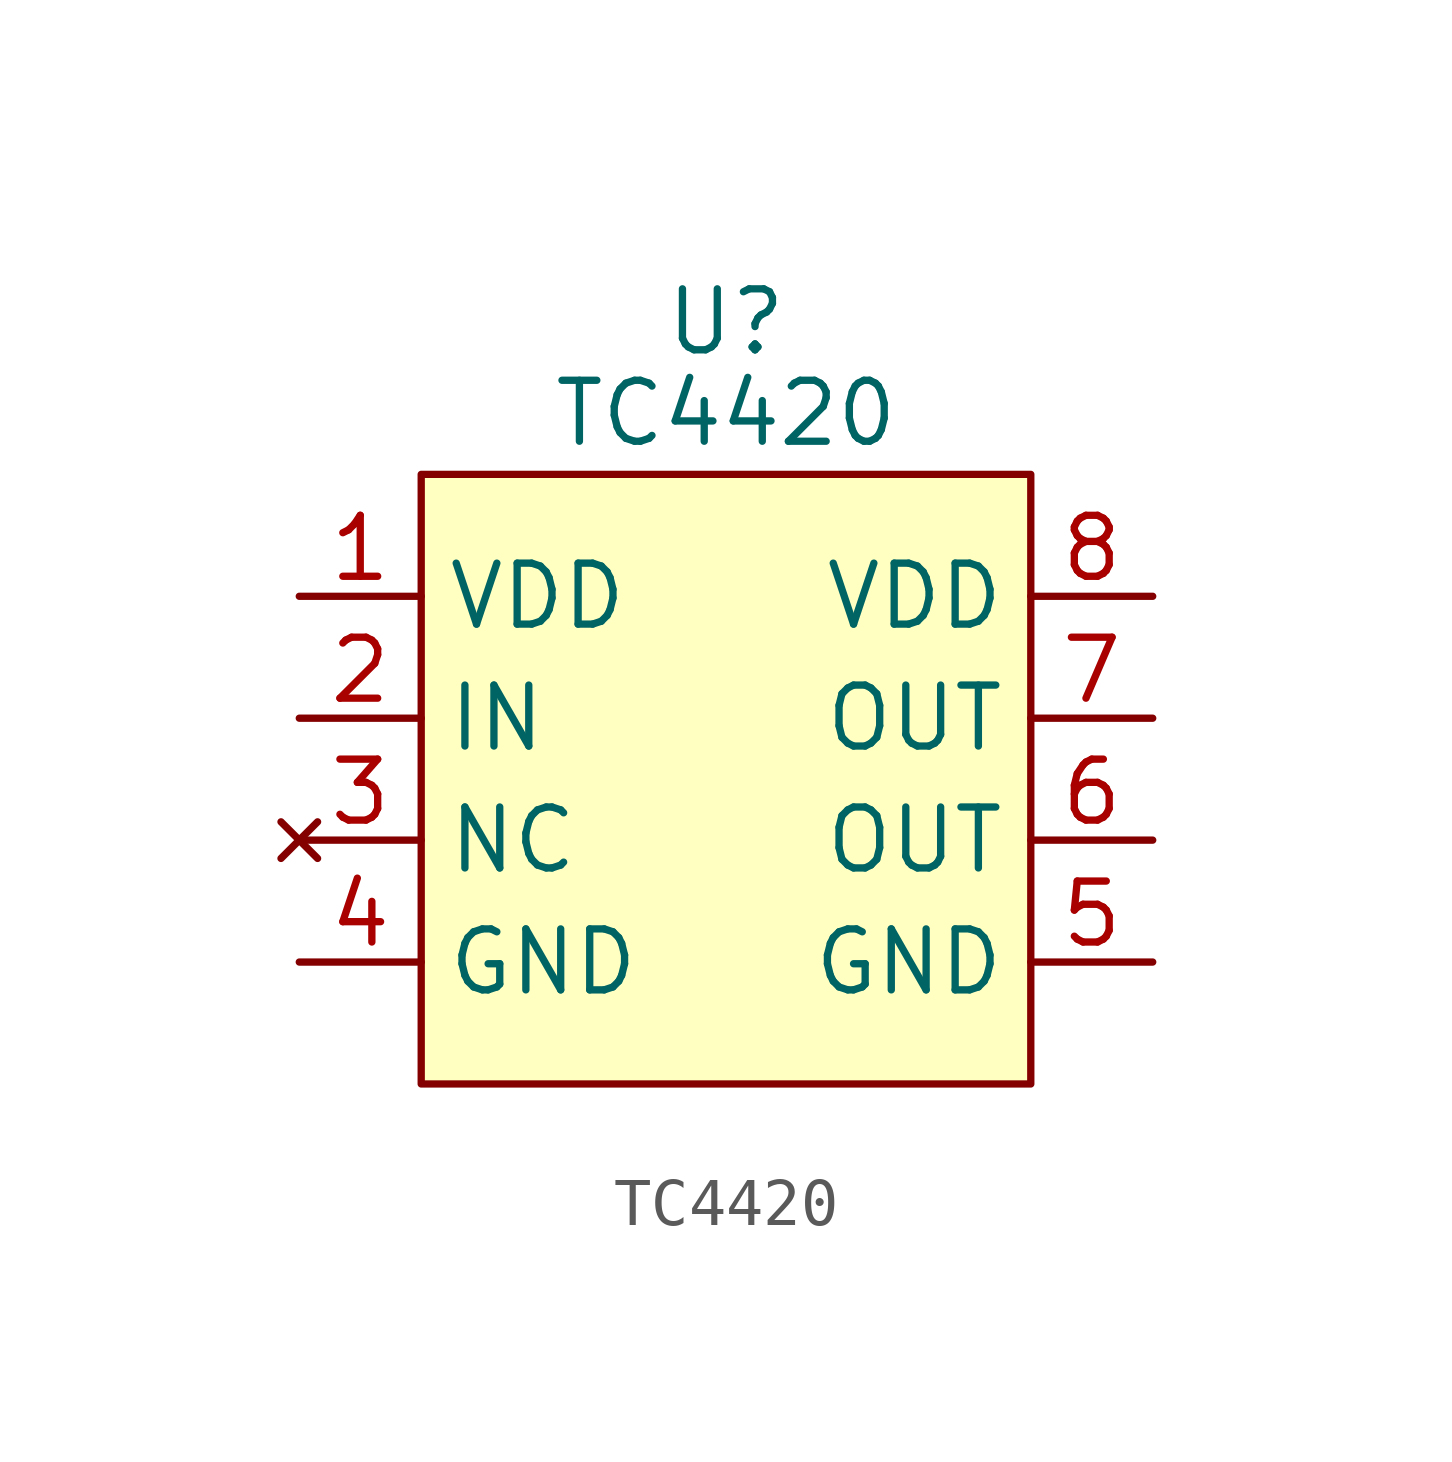
<source format=kicad_sym>
(kicad_symbol_lib
  (version 20231120)
  (generator "kicad_symbol_editor")
  (generator_version "8.0")
  (symbol "TC4420"
    (property "Reference" "U"
      (at 0 8.255 0)
      (effects (font (size 1.27 1.27))))
    (property "Value" "TC4420"
      (at 0 6.35 0)
      (effects (font (size 1.27 1.27))))
    (symbol "TC4420_0_1"
      (rectangle (start -6.35 5.08) (end 6.35 -7.62) (stroke (width 0) (type default)) (fill (type background))))
    (symbol "TC4420_1_1"
      (pin power_in line (at -8.89 2.54 0) (length 2.54) (name "VDD" (effects (font (size 1.27 1.27)))) (number "1" (effects (font (size 1.27 1.27)))))
      (pin input line (at -8.89 0 0) (length 2.54) (name "IN" (effects (font (size 1.27 1.27)))) (number "2" (effects (font (size 1.27 1.27)))))
      (pin no_connect line (at -8.89 -2.54 0) (length 2.54) (name "NC" (effects (font (size 1.27 1.27)))) (number "3" (effects (font (size 1.27 1.27)))))
      (pin power_in line (at -8.89 -5.08 0) (length 2.54) (name "GND" (effects (font (size 1.27 1.27)))) (number "4" (effects (font (size 1.27 1.27)))))
      (pin power_in line (at 8.89 -5.08 180) (length 2.54) (name "GND" (effects (font (size 1.27 1.27)))) (number "5" (effects (font (size 1.27 1.27)))))
      (pin bidirectional line (at 8.89 -2.54 180) (length 2.54) (name "OUT" (effects (font (size 1.27 1.27)))) (number "6" (effects (font (size 1.27 1.27)))))
      (pin bidirectional line (at 8.89 0 180) (length 2.54) (name "OUT" (effects (font (size 1.27 1.27)))) (number "7" (effects (font (size 1.27 1.27)))))
      (pin power_in line (at 8.89 2.54 180) (length 2.54) (name "VDD" (effects (font (size 1.27 1.27)))) (number "8" (effects (font (size 1.27 1.27))))))))
</source>
